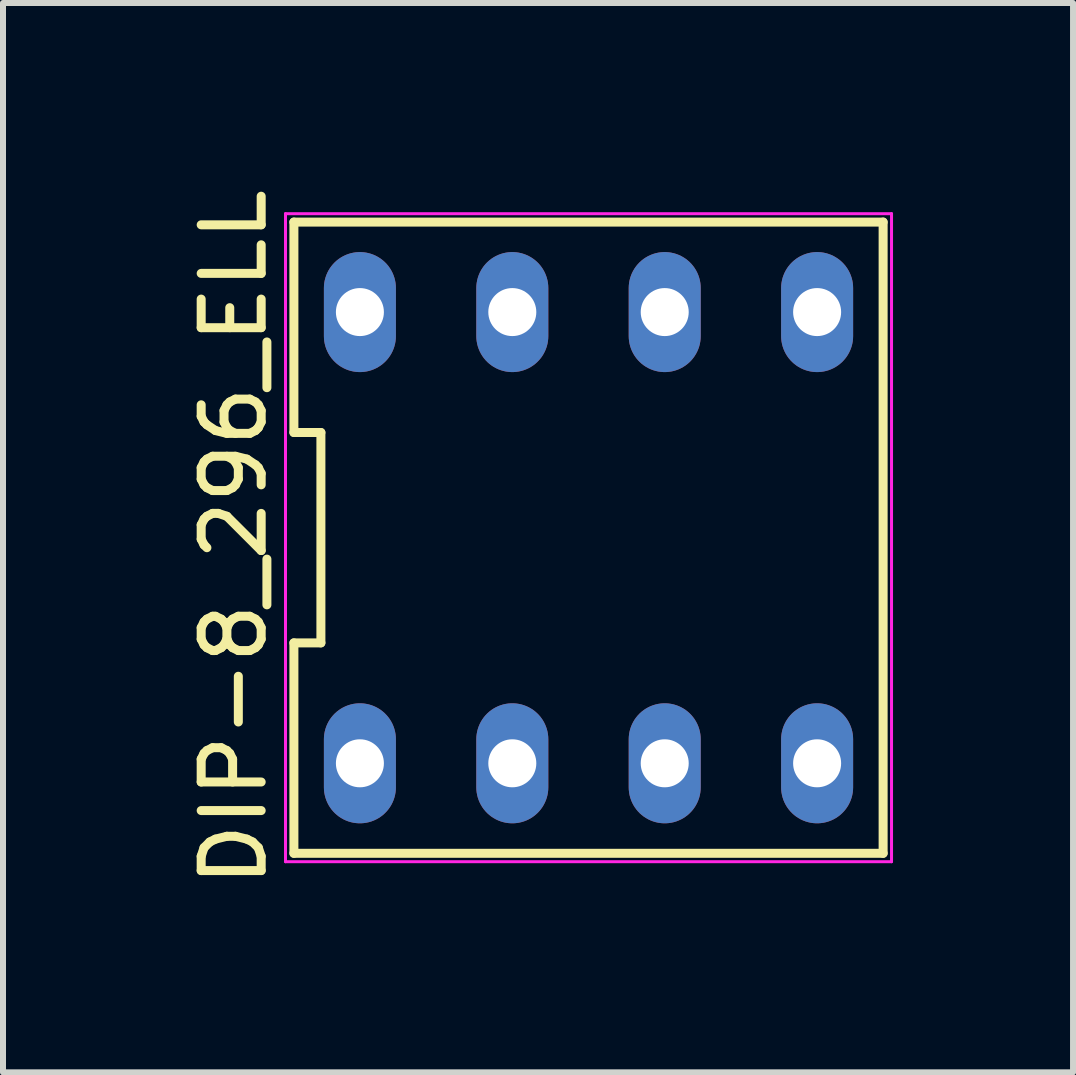
<source format=kicad_pcb>
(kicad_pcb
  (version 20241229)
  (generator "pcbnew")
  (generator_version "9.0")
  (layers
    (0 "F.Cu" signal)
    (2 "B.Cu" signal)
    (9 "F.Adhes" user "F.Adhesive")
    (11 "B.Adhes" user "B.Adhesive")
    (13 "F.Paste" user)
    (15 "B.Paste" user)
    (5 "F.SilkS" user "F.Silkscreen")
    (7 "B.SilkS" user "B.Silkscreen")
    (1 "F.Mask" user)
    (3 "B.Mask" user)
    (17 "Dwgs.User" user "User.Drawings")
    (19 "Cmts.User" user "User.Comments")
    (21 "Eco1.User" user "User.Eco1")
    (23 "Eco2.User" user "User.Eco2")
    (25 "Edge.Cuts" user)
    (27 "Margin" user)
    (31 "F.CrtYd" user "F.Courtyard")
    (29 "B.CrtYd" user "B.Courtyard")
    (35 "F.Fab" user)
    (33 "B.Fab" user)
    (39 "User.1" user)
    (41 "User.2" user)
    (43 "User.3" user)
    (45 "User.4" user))
  (footprint "DIP-8_296_ELL"
    (layer "F.Cu")
    (at 6.758 5.911)
    (property "Reference" "DIP-8_296_ELL" (at -5.91 0 90) (layer "F.SilkS") (effects (font (size 1 1) (thickness 0.15))))
    (attr through_hole)
    (fp_line (start -4.91 -5.26) (end -4.91 -1.753) (stroke (width 0.15) (type solid)) (layer "F.SilkS"))
    (fp_line (start -4.91 -1.753) (end -4.46 -1.753) (stroke (width 0.15) (type solid)) (layer "F.SilkS"))
    (fp_line (start -4.91 1.753) (end -4.91 5.26) (stroke (width 0.15) (type solid)) (layer "F.SilkS"))
    (fp_line (start -4.91 5.26) (end 4.91 5.26) (stroke (width 0.15) (type solid)) (layer "F.SilkS"))
    (fp_line (start -4.46 -1.753) (end -4.46 1.753) (stroke (width 0.15) (type solid)) (layer "F.SilkS"))
    (fp_line (start -4.46 1.753) (end -4.91 1.753) (stroke (width 0.15) (type solid)) (layer "F.SilkS"))
    (fp_line (start 4.91 -5.26) (end -4.91 -5.26) (stroke (width 0.15) (type solid)) (layer "F.SilkS"))
    (fp_line (start 4.91 5.26) (end 4.91 -5.26) (stroke (width 0.15) (type solid)) (layer "F.SilkS"))
    (fp_line (start -5.05 -5.4) (end 5.05 -5.4) (stroke (width 0.05) (type solid)) (layer "F.CrtYd"))
    (fp_line (start -5.05 5.4) (end -5.05 -5.4) (stroke (width 0.05) (type solid)) (layer "F.CrtYd"))
    (fp_line (start 5.05 -5.4) (end 5.05 5.4) (stroke (width 0.05) (type solid)) (layer "F.CrtYd"))
    (fp_line (start 5.05 5.4) (end -5.05 5.4) (stroke (width 0.05) (type solid)) (layer "F.CrtYd"))
    (pad "1" thru_hole oval (at -3.81 3.76) (size 1.2 2) (drill 0.8) (layers "*.Cu" "*.Mask"))
    (pad "2" thru_hole oval (at -1.27 3.76) (size 1.2 2) (drill 0.8) (layers "*.Cu" "*.Mask"))
    (pad "3" thru_hole oval (at 1.27 3.76) (size 1.2 2) (drill 0.8) (layers "*.Cu" "*.Mask"))
    (pad "4" thru_hole oval (at 3.81 3.76) (size 1.2 2) (drill 0.8) (layers "*.Cu" "*.Mask"))
    (pad "5" thru_hole oval (at 3.81 -3.76) (size 1.2 2) (drill 0.8) (layers "*.Cu" "*.Mask"))
    (pad "6" thru_hole oval (at 1.27 -3.76) (size 1.2 2) (drill 0.8) (layers "*.Cu" "*.Mask"))
    (pad "7" thru_hole oval (at -1.27 -3.76) (size 1.2 2) (drill 0.8) (layers "*.Cu" "*.Mask"))
    (pad "8" thru_hole oval (at -3.81 -3.76) (size 1.2 2) (drill 0.8) (layers "*.Cu" "*.Mask")))
  (gr_rect
    (start -3 -3)
    (end 14.833 14.821)
    (stroke (width 0.1) (type default))
    (fill no)
    (layer "Edge.Cuts")))
</source>
